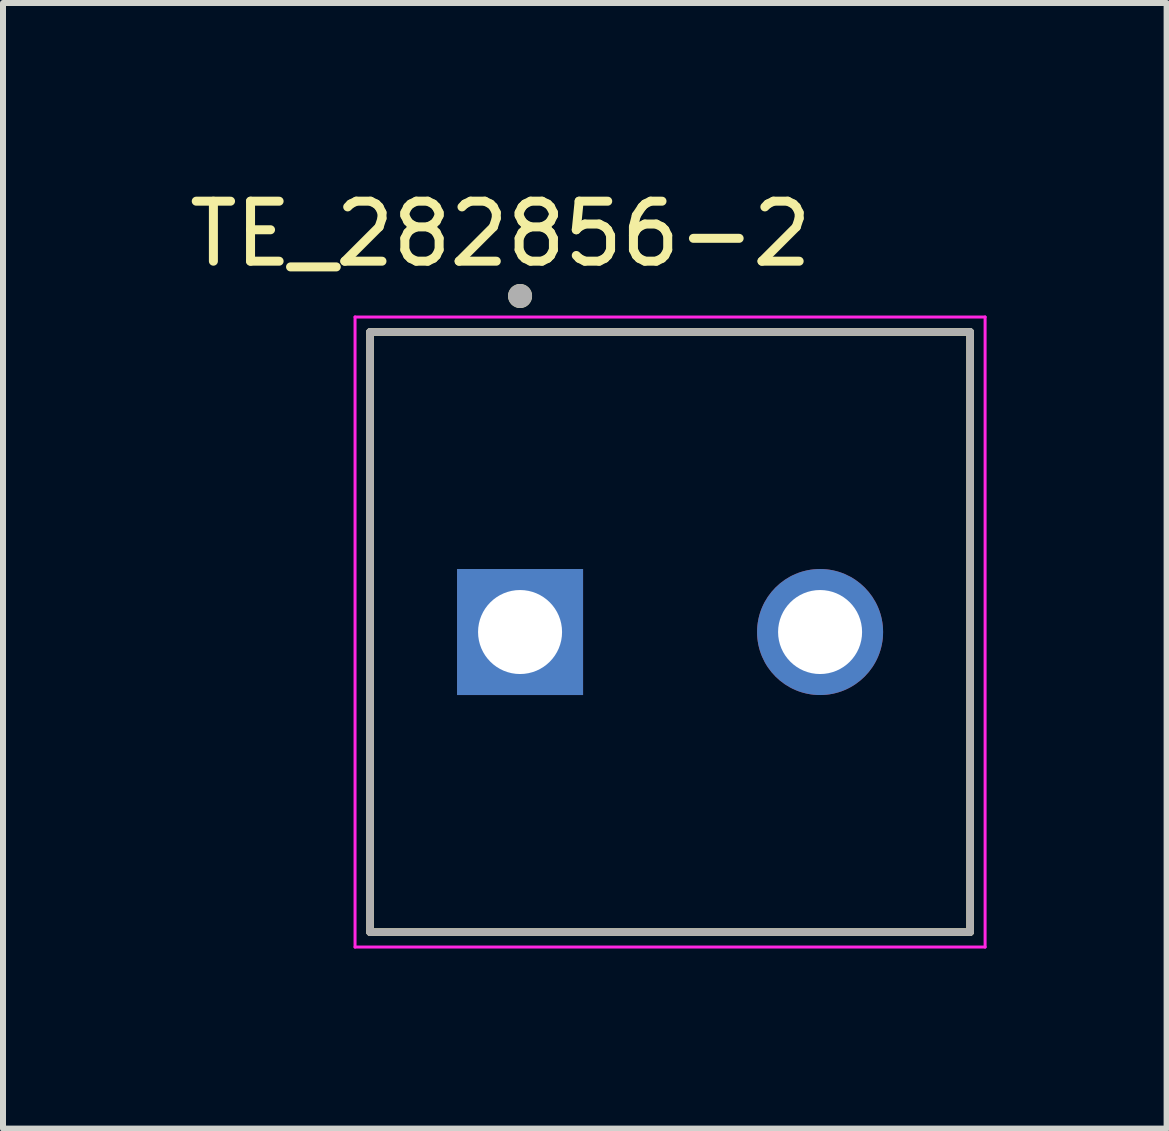
<source format=kicad_pcb>
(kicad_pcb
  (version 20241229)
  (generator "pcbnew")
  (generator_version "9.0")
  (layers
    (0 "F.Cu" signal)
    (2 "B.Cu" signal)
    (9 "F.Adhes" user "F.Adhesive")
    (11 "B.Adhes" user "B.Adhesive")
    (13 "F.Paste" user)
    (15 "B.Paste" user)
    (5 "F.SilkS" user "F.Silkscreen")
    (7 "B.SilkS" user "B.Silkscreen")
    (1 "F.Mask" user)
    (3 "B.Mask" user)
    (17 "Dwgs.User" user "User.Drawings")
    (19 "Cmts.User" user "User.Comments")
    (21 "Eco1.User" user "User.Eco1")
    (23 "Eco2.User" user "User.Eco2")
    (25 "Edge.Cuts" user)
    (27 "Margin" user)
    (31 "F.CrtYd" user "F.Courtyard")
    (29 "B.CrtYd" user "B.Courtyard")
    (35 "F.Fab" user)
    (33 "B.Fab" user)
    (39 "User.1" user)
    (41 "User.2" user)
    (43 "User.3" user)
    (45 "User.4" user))
  (footprint "TE_282856-2"
    (layer "F.Cu")
    (at 8.117 7.483)
    (property "Reference" "TE_282856-2" (at -2.825 -6.635 0) (layer "F.SilkS") (effects (font (size 1 1) (thickness 0.15))))
    (attr through_hole)
    (fp_line (start -5 -5) (end 5 -5) (stroke (width 0.127) (type solid)) (layer "F.SilkS"))
    (fp_line (start -5 5) (end -5 -5) (stroke (width 0.127) (type solid)) (layer "F.SilkS"))
    (fp_line (start 5 -5) (end 5 5) (stroke (width 0.127) (type solid)) (layer "F.SilkS"))
    (fp_line (start 5 5) (end -5 5) (stroke (width 0.127) (type solid)) (layer "F.SilkS"))
    (fp_circle (center -2.5 -5.6) (end -2.4 -5.6) (stroke (width 0.2) (type solid)) (fill no) (layer "F.SilkS"))
    (fp_line (start -5.25 -5.25) (end 5.25 -5.25) (stroke (width 0.05) (type solid)) (layer "F.CrtYd"))
    (fp_line (start -5.25 5.25) (end -5.25 -5.25) (stroke (width 0.05) (type solid)) (layer "F.CrtYd"))
    (fp_line (start 5.25 -5.25) (end 5.25 5.25) (stroke (width 0.05) (type solid)) (layer "F.CrtYd"))
    (fp_line (start 5.25 5.25) (end -5.25 5.25) (stroke (width 0.05) (type solid)) (layer "F.CrtYd"))
    (fp_line (start -5 -5) (end 5 -5) (stroke (width 0.127) (type solid)) (layer "F.Fab"))
    (fp_line (start -5 5) (end -5 -5) (stroke (width 0.127) (type solid)) (layer "F.Fab"))
    (fp_line (start 5 -5) (end 5 5) (stroke (width 0.127) (type solid)) (layer "F.Fab"))
    (fp_line (start 5 5) (end -5 5) (stroke (width 0.127) (type solid)) (layer "F.Fab"))
    (fp_circle (center -2.5 -5.6) (end -2.4 -5.6) (stroke (width 0.2) (type solid)) (fill no) (layer "F.Fab"))
    (pad "1" thru_hole rect (at -2.5 0) (size 2.1 2.1) (drill 1.4) (layers "*.Cu" "*.Mask"))
    (pad "2" thru_hole circle (at 2.5 0) (size 2.1 2.1) (drill 1.4) (layers "*.Cu" "*.Mask")))
  (gr_rect
    (start -3 -3)
    (end 16.392 15.758)
    (stroke (width 0.1) (type default))
    (fill no)
    (layer "Edge.Cuts")))
</source>
